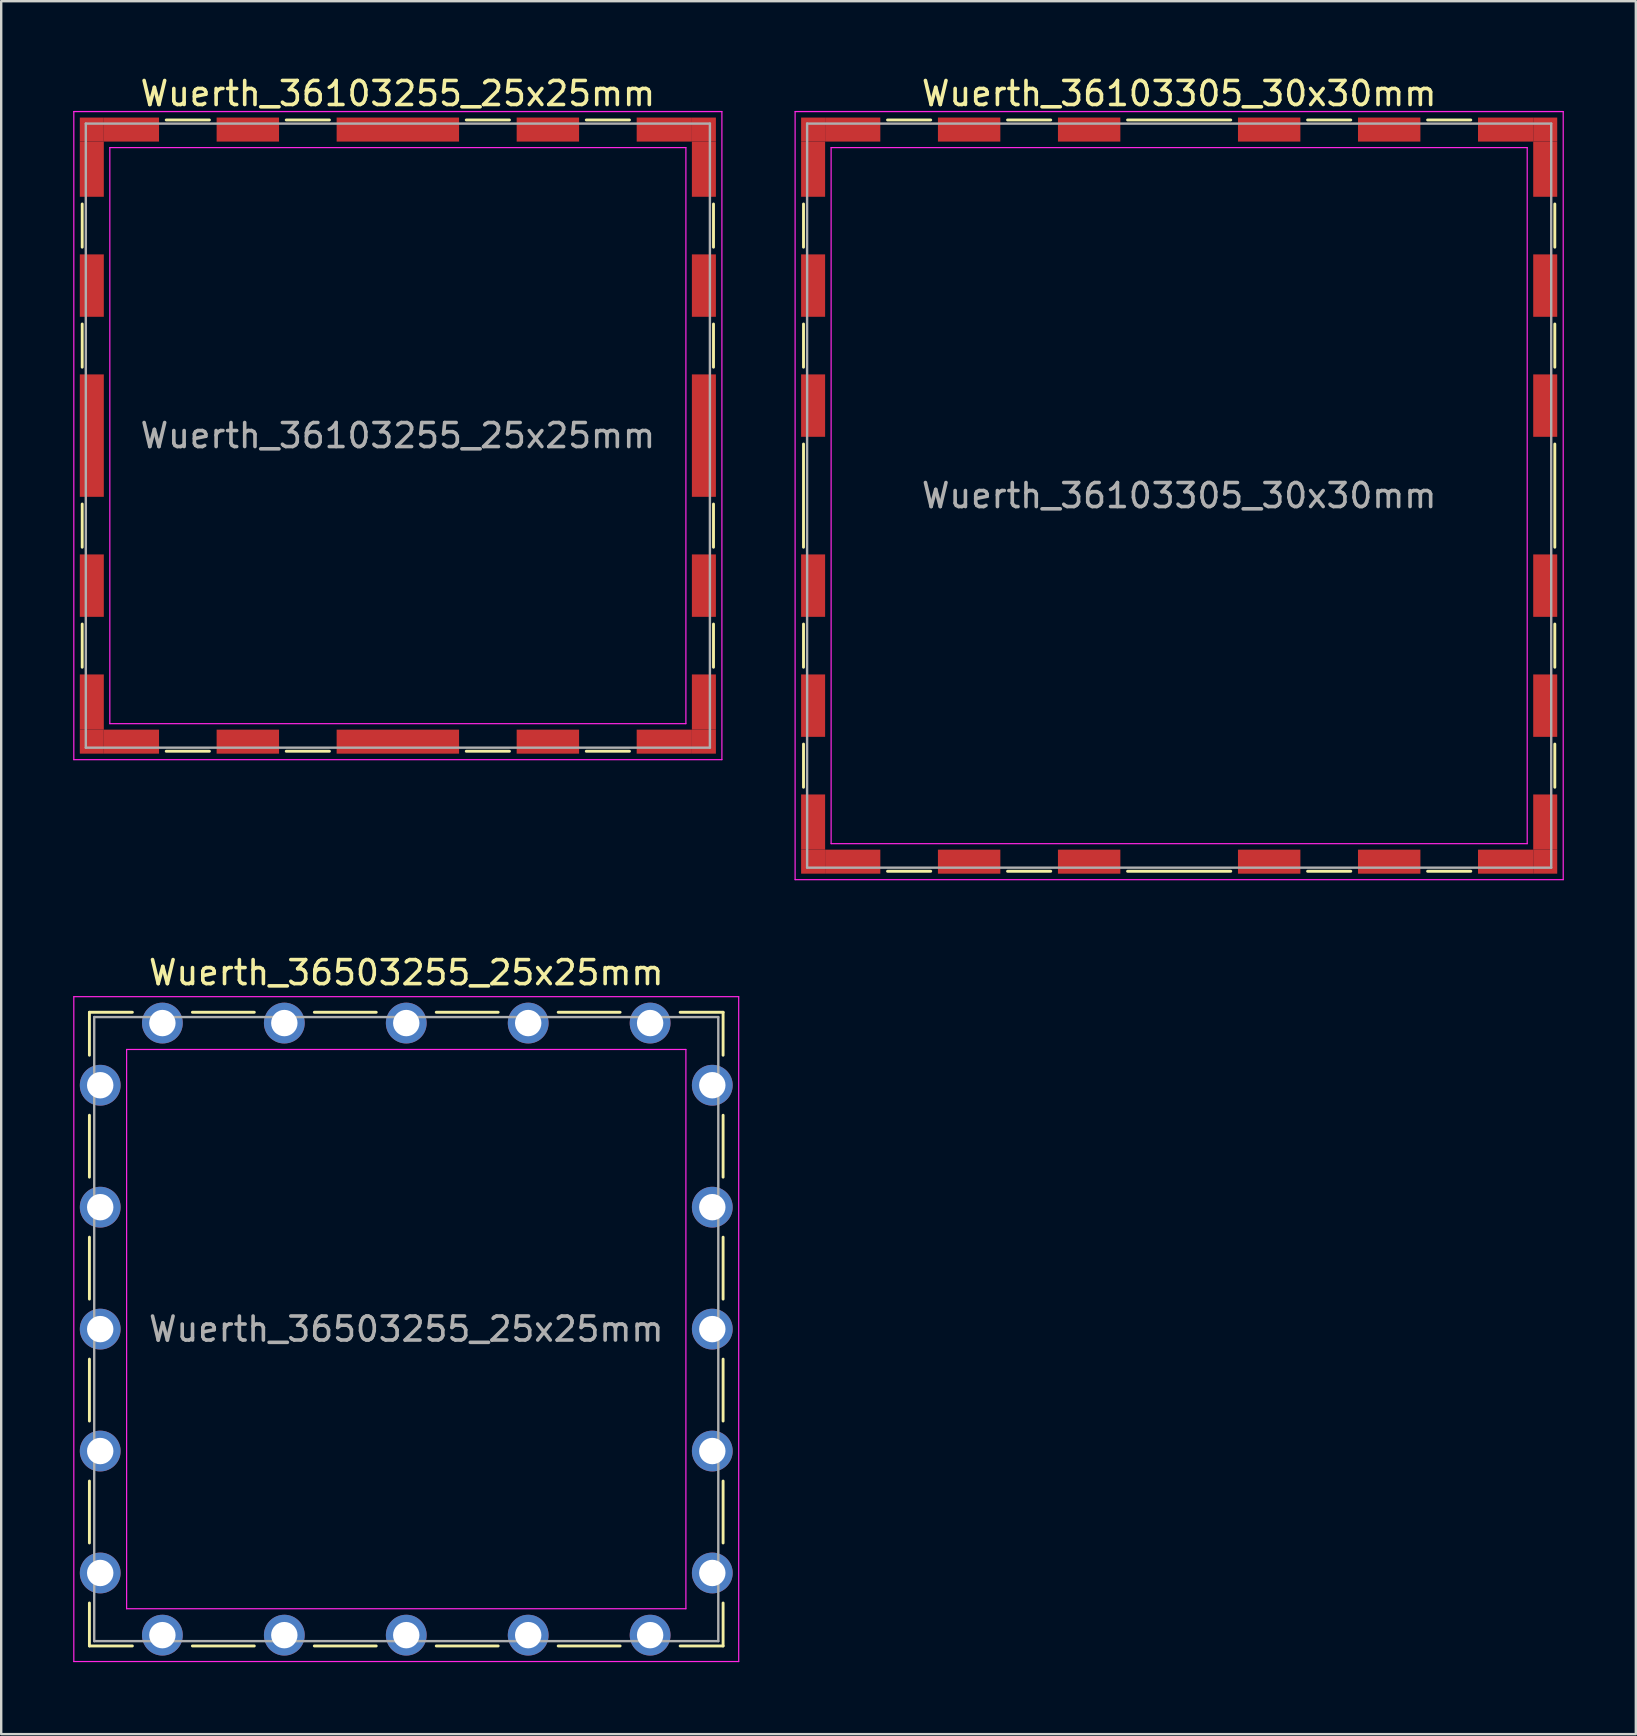
<source format=kicad_pcb>
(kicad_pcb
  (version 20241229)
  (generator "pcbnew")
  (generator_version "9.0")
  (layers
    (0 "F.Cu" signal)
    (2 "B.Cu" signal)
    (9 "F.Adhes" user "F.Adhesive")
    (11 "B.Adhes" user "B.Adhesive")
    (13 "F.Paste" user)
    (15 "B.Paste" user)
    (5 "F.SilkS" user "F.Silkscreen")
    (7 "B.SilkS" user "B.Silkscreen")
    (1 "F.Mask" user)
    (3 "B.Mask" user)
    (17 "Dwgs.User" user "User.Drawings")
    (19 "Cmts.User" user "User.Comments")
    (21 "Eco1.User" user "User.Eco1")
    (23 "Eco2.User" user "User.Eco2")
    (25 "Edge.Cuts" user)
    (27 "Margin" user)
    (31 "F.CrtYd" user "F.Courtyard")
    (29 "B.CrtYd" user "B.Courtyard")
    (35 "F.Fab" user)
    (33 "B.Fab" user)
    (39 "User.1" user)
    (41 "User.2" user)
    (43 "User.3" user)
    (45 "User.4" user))
  (footprint "Wuerth_36103255_25x25mm"
    (layer "F.Cu")
    (at 13.525 15.098)
    (property "Reference" "Wuerth_36103255_25x25mm" (at 0 -14.25 0) (layer "F.SilkS") (effects (font (size 1 1) (thickness 0.15))))
    (attr smd)
    (fp_line (start -13.15 -9.65) (end -13.15 -7.85) (stroke (width 0.12) (type solid)) (layer "F.SilkS"))
    (fp_line (start -13.15 -4.65) (end -13.15 -2.85) (stroke (width 0.12) (type solid)) (layer "F.SilkS"))
    (fp_line (start -13.15 2.85) (end -13.15 4.65) (stroke (width 0.12) (type solid)) (layer "F.SilkS"))
    (fp_line (start -13.15 7.85) (end -13.15 9.65) (stroke (width 0.12) (type solid)) (layer "F.SilkS"))
    (fp_line (start -9.65 -13.15) (end -7.85 -13.15) (stroke (width 0.12) (type solid)) (layer "F.SilkS"))
    (fp_line (start -9.65 13.15) (end -7.85 13.15) (stroke (width 0.12) (type solid)) (layer "F.SilkS"))
    (fp_line (start -4.65 -13.15) (end -2.85 -13.15) (stroke (width 0.12) (type solid)) (layer "F.SilkS"))
    (fp_line (start -4.65 13.15) (end -2.85 13.15) (stroke (width 0.12) (type solid)) (layer "F.SilkS"))
    (fp_line (start 2.85 -13.15) (end 4.65 -13.15) (stroke (width 0.12) (type solid)) (layer "F.SilkS"))
    (fp_line (start 2.85 13.15) (end 4.65 13.15) (stroke (width 0.12) (type solid)) (layer "F.SilkS"))
    (fp_line (start 7.85 -13.15) (end 9.65 -13.15) (stroke (width 0.12) (type solid)) (layer "F.SilkS"))
    (fp_line (start 7.85 13.15) (end 9.65 13.15) (stroke (width 0.12) (type solid)) (layer "F.SilkS"))
    (fp_line (start 13.15 -9.65) (end 13.15 -7.85) (stroke (width 0.12) (type solid)) (layer "F.SilkS"))
    (fp_line (start 13.15 -4.65) (end 13.15 -2.85) (stroke (width 0.12) (type solid)) (layer "F.SilkS"))
    (fp_line (start 13.15 2.85) (end 13.15 4.65) (stroke (width 0.12) (type solid)) (layer "F.SilkS"))
    (fp_line (start 13.15 7.85) (end 13.15 9.65) (stroke (width 0.12) (type solid)) (layer "F.SilkS"))
    (fp_line (start -13.5 -13.5) (end -13.5 13.5) (stroke (width 0.05) (type solid)) (layer "F.CrtYd"))
    (fp_line (start -13.5 13.5) (end 13.5 13.5) (stroke (width 0.05) (type solid)) (layer "F.CrtYd"))
    (fp_line (start -12 -12) (end -12 12) (stroke (width 0.05) (type solid)) (layer "F.CrtYd"))
    (fp_line (start -12 12) (end 12 12) (stroke (width 0.05) (type solid)) (layer "F.CrtYd"))
    (fp_line (start 12 -12) (end -12 -12) (stroke (width 0.05) (type solid)) (layer "F.CrtYd"))
    (fp_line (start 12 12) (end 12 -12) (stroke (width 0.05) (type solid)) (layer "F.CrtYd"))
    (fp_line (start 13.5 -13.5) (end -13.5 -13.5) (stroke (width 0.05) (type solid)) (layer "F.CrtYd"))
    (fp_line (start 13.5 13.5) (end 13.5 -13.5) (stroke (width 0.05) (type solid)) (layer "F.CrtYd"))
    (fp_line (start -13 -13) (end -13 13) (stroke (width 0.1) (type solid)) (layer "F.Fab"))
    (fp_line (start -13 13) (end 13 13) (stroke (width 0.1) (type solid)) (layer "F.Fab"))
    (fp_line (start 13 -13) (end -13 -13) (stroke (width 0.1) (type solid)) (layer "F.Fab"))
    (fp_line (start 13 13) (end 13 -13) (stroke (width 0.1) (type solid)) (layer "F.Fab"))
    (fp_text user "${REFERENCE}" (at 0 0 0) (layer "F.Fab") (effects (font (size 1 1) (thickness 0.15))))
    (pad "1" smd rect (at -12.75 -12.75) (size 1 1) (layers "F.Cu" "F.Mask" "F.Paste"))
    (pad "1" smd rect (at -12.75 -11.1) (size 1 2.3) (layers "F.Cu" "F.Mask" "F.Paste"))
    (pad "1" smd rect (at -12.75 -6.25) (size 1 2.6) (layers "F.Cu" "F.Mask" "F.Paste"))
    (pad "1" smd rect (at -12.75 0) (size 1 5.1) (layers "F.Cu" "F.Mask" "F.Paste"))
    (pad "1" smd rect (at -12.75 6.25) (size 1 2.6) (layers "F.Cu" "F.Mask" "F.Paste"))
    (pad "1" smd rect (at -12.75 11.1) (size 1 2.3) (layers "F.Cu" "F.Mask" "F.Paste"))
    (pad "1" smd rect (at -12.75 12.75) (size 1 1) (layers "F.Cu" "F.Mask" "F.Paste"))
    (pad "1" smd rect (at -11.1 -12.75) (size 2.3 1) (layers "F.Cu" "F.Mask" "F.Paste"))
    (pad "1" smd rect (at -11.1 12.75) (size 2.3 1) (layers "F.Cu" "F.Mask" "F.Paste"))
    (pad "1" smd rect (at -6.25 -12.75) (size 2.6 1) (layers "F.Cu" "F.Mask" "F.Paste"))
    (pad "1" smd rect (at -6.25 12.75) (size 2.6 1) (layers "F.Cu" "F.Mask" "F.Paste"))
    (pad "1" smd rect (at 0 -12.75) (size 5.1 1) (layers "F.Cu" "F.Mask" "F.Paste"))
    (pad "1" smd rect (at 0 12.75) (size 5.1 1) (layers "F.Cu" "F.Mask" "F.Paste"))
    (pad "1" smd rect (at 6.25 -12.75) (size 2.6 1) (layers "F.Cu" "F.Mask" "F.Paste"))
    (pad "1" smd rect (at 6.25 12.75) (size 2.6 1) (layers "F.Cu" "F.Mask" "F.Paste"))
    (pad "1" smd rect (at 11.1 -12.75) (size 2.3 1) (layers "F.Cu" "F.Mask" "F.Paste"))
    (pad "1" smd rect (at 11.1 12.75) (size 2.3 1) (layers "F.Cu" "F.Mask" "F.Paste"))
    (pad "1" smd rect (at 12.75 -12.75) (size 1 1) (layers "F.Cu" "F.Mask" "F.Paste"))
    (pad "1" smd rect (at 12.75 -11.1) (size 1 2.3) (layers "F.Cu" "F.Mask" "F.Paste"))
    (pad "1" smd rect (at 12.75 -6.25) (size 1 2.6) (layers "F.Cu" "F.Mask" "F.Paste"))
    (pad "1" smd rect (at 12.75 0) (size 1 5.1) (layers "F.Cu" "F.Mask" "F.Paste"))
    (pad "1" smd rect (at 12.75 6.25) (size 1 2.6) (layers "F.Cu" "F.Mask" "F.Paste"))
    (pad "1" smd rect (at 12.75 11.1) (size 1 2.3) (layers "F.Cu" "F.Mask" "F.Paste"))
    (pad "1" smd rect (at 12.75 12.75) (size 1 1) (layers "F.Cu" "F.Mask" "F.Paste")))
  (footprint "Wuerth_36503255_25x25mm"
    (layer "F.Cu")
    (at 13.875 52.322)
    (property "Reference" "Wuerth_36503255_25x25mm" (at 0 -14.85 0) (layer "F.SilkS") (effects (font (size 1 1) (thickness 0.15))))
    (attr through_hole)
    (fp_line (start -13.2 -13.2) (end -11.41 -13.2) (stroke (width 0.12) (type solid)) (layer "F.SilkS"))
    (fp_line (start -13.2 -11.41) (end -13.2 -13.2) (stroke (width 0.12) (type solid)) (layer "F.SilkS"))
    (fp_line (start -13.2 -6.33) (end -13.2 -8.91) (stroke (width 0.12) (type solid)) (layer "F.SilkS"))
    (fp_line (start -13.2 -1.25) (end -13.2 -3.83) (stroke (width 0.12) (type solid)) (layer "F.SilkS"))
    (fp_line (start -13.2 1.25) (end -13.2 3.83) (stroke (width 0.12) (type solid)) (layer "F.SilkS"))
    (fp_line (start -13.2 6.33) (end -13.2 8.91) (stroke (width 0.12) (type solid)) (layer "F.SilkS"))
    (fp_line (start -13.2 11.41) (end -13.2 13.2) (stroke (width 0.12) (type solid)) (layer "F.SilkS"))
    (fp_line (start -13.2 13.2) (end -11.41 13.2) (stroke (width 0.12) (type solid)) (layer "F.SilkS"))
    (fp_line (start -6.33 -13.2) (end -8.91 -13.2) (stroke (width 0.12) (type solid)) (layer "F.SilkS"))
    (fp_line (start -6.33 13.2) (end -8.91 13.2) (stroke (width 0.12) (type solid)) (layer "F.SilkS"))
    (fp_line (start -1.25 -13.2) (end -3.83 -13.2) (stroke (width 0.12) (type solid)) (layer "F.SilkS"))
    (fp_line (start -1.25 13.2) (end -3.83 13.2) (stroke (width 0.12) (type solid)) (layer "F.SilkS"))
    (fp_line (start 1.25 -13.2) (end 3.83 -13.2) (stroke (width 0.12) (type solid)) (layer "F.SilkS"))
    (fp_line (start 1.25 13.2) (end 3.83 13.2) (stroke (width 0.12) (type solid)) (layer "F.SilkS"))
    (fp_line (start 6.33 -13.2) (end 8.91 -13.2) (stroke (width 0.12) (type solid)) (layer "F.SilkS"))
    (fp_line (start 6.33 13.2) (end 8.91 13.2) (stroke (width 0.12) (type solid)) (layer "F.SilkS"))
    (fp_line (start 13.2 -13.2) (end 11.41 -13.2) (stroke (width 0.12) (type solid)) (layer "F.SilkS"))
    (fp_line (start 13.2 -11.41) (end 13.2 -13.2) (stroke (width 0.12) (type solid)) (layer "F.SilkS"))
    (fp_line (start 13.2 -6.33) (end 13.2 -8.91) (stroke (width 0.12) (type solid)) (layer "F.SilkS"))
    (fp_line (start 13.2 -1.25) (end 13.2 -3.83) (stroke (width 0.12) (type solid)) (layer "F.SilkS"))
    (fp_line (start 13.2 1.25) (end 13.2 3.83) (stroke (width 0.12) (type solid)) (layer "F.SilkS"))
    (fp_line (start 13.2 6.33) (end 13.2 8.91) (stroke (width 0.12) (type solid)) (layer "F.SilkS"))
    (fp_line (start 13.2 11.41) (end 13.2 13.2) (stroke (width 0.12) (type solid)) (layer "F.SilkS"))
    (fp_line (start 13.2 13.2) (end 11.41 13.2) (stroke (width 0.12) (type solid)) (layer "F.SilkS"))
    (fp_line (start -13.85 -13.85) (end -13.85 13.85) (stroke (width 0.05) (type solid)) (layer "F.CrtYd"))
    (fp_line (start -13.85 13.85) (end 13.85 13.85) (stroke (width 0.05) (type solid)) (layer "F.CrtYd"))
    (fp_line (start -11.65 -11.65) (end -11.65 11.65) (stroke (width 0.05) (type solid)) (layer "F.CrtYd"))
    (fp_line (start -11.65 11.65) (end 11.65 11.65) (stroke (width 0.05) (type solid)) (layer "F.CrtYd"))
    (fp_line (start 11.65 -11.65) (end -11.65 -11.65) (stroke (width 0.05) (type solid)) (layer "F.CrtYd"))
    (fp_line (start 11.65 11.65) (end 11.65 -11.65) (stroke (width 0.05) (type solid)) (layer "F.CrtYd"))
    (fp_line (start 13.85 -13.85) (end -13.85 -13.85) (stroke (width 0.05) (type solid)) (layer "F.CrtYd"))
    (fp_line (start 13.85 13.85) (end 13.85 -13.85) (stroke (width 0.05) (type solid)) (layer "F.CrtYd"))
    (fp_line (start -13 -13) (end -13 13) (stroke (width 0.1) (type solid)) (layer "F.Fab"))
    (fp_line (start -13 13) (end 13 13) (stroke (width 0.1) (type solid)) (layer "F.Fab"))
    (fp_line (start 13 -13) (end -13 -13) (stroke (width 0.1) (type solid)) (layer "F.Fab"))
    (fp_line (start 13 13) (end 13 -13) (stroke (width 0.1) (type solid)) (layer "F.Fab"))
    (fp_text user "${REFERENCE}" (at 0 0 0) (layer "F.Fab") (effects (font (size 1 1) (thickness 0.15))))
    (pad "1" thru_hole circle (at -12.75 -10.16) (size 1.7 1.7) (drill 1.1) (layers "*.Cu" "*.Mask"))
    (pad "1" thru_hole circle (at -12.75 -5.08) (size 1.7 1.7) (drill 1.1) (layers "*.Cu" "*.Mask"))
    (pad "1" thru_hole circle (at -12.75 0) (size 1.7 1.7) (drill 1.1) (layers "*.Cu" "*.Mask"))
    (pad "1" thru_hole circle (at -12.75 5.08) (size 1.7 1.7) (drill 1.1) (layers "*.Cu" "*.Mask"))
    (pad "1" thru_hole circle (at -12.75 10.16) (size 1.7 1.7) (drill 1.1) (layers "*.Cu" "*.Mask"))
    (pad "1" thru_hole circle (at -10.16 -12.75) (size 1.7 1.7) (drill 1.1) (layers "*.Cu" "*.Mask"))
    (pad "1" thru_hole circle (at -10.16 12.75) (size 1.7 1.7) (drill 1.1) (layers "*.Cu" "*.Mask"))
    (pad "1" thru_hole circle (at -5.08 -12.75) (size 1.7 1.7) (drill 1.1) (layers "*.Cu" "*.Mask"))
    (pad "1" thru_hole circle (at -5.08 12.75) (size 1.7 1.7) (drill 1.1) (layers "*.Cu" "*.Mask"))
    (pad "1" thru_hole circle (at 0 -12.75) (size 1.7 1.7) (drill 1.1) (layers "*.Cu" "*.Mask"))
    (pad "1" thru_hole circle (at 0 12.75) (size 1.7 1.7) (drill 1.1) (layers "*.Cu" "*.Mask"))
    (pad "1" thru_hole circle (at 5.08 -12.75) (size 1.7 1.7) (drill 1.1) (layers "*.Cu" "*.Mask"))
    (pad "1" thru_hole circle (at 5.08 12.75) (size 1.7 1.7) (drill 1.1) (layers "*.Cu" "*.Mask"))
    (pad "1" thru_hole circle (at 10.16 -12.75) (size 1.7 1.7) (drill 1.1) (layers "*.Cu" "*.Mask"))
    (pad "1" thru_hole circle (at 10.16 12.75) (size 1.7 1.7) (drill 1.1) (layers "*.Cu" "*.Mask"))
    (pad "1" thru_hole circle (at 12.75 -10.16) (size 1.7 1.7) (drill 1.1) (layers "*.Cu" "*.Mask"))
    (pad "1" thru_hole circle (at 12.75 -5.08) (size 1.7 1.7) (drill 1.1) (layers "*.Cu" "*.Mask"))
    (pad "1" thru_hole circle (at 12.75 0) (size 1.7 1.7) (drill 1.1) (layers "*.Cu" "*.Mask"))
    (pad "1" thru_hole circle (at 12.75 5.08) (size 1.7 1.7) (drill 1.1) (layers "*.Cu" "*.Mask"))
    (pad "1" thru_hole circle (at 12.75 10.16) (size 1.7 1.7) (drill 1.1) (layers "*.Cu" "*.Mask")))
  (footprint "Wuerth_36103305_30x30mm"
    (layer "F.Cu")
    (at 46.075 17.598)
    (property "Reference" "Wuerth_36103305_30x30mm" (at 0 -16.75 0) (layer "F.SilkS") (effects (font (size 1 1) (thickness 0.15))))
    (attr smd)
    (fp_line (start -15.65 -12.15) (end -15.65 -10.35) (stroke (width 0.12) (type solid)) (layer "F.SilkS"))
    (fp_line (start -15.65 -7.15) (end -15.65 -5.35) (stroke (width 0.12) (type solid)) (layer "F.SilkS"))
    (fp_line (start -15.65 -2.15) (end -15.65 2.15) (stroke (width 0.12) (type solid)) (layer "F.SilkS"))
    (fp_line (start -15.65 5.35) (end -15.65 7.15) (stroke (width 0.12) (type solid)) (layer "F.SilkS"))
    (fp_line (start -15.65 10.35) (end -15.65 12.15) (stroke (width 0.12) (type solid)) (layer "F.SilkS"))
    (fp_line (start -12.15 -15.65) (end -10.35 -15.65) (stroke (width 0.12) (type solid)) (layer "F.SilkS"))
    (fp_line (start -12.15 15.65) (end -10.35 15.65) (stroke (width 0.12) (type solid)) (layer "F.SilkS"))
    (fp_line (start -7.15 -15.65) (end -5.35 -15.65) (stroke (width 0.12) (type solid)) (layer "F.SilkS"))
    (fp_line (start -7.15 15.65) (end -5.35 15.65) (stroke (width 0.12) (type solid)) (layer "F.SilkS"))
    (fp_line (start -2.15 -15.65) (end 2.15 -15.65) (stroke (width 0.12) (type solid)) (layer "F.SilkS"))
    (fp_line (start -2.15 15.65) (end 2.15 15.65) (stroke (width 0.12) (type solid)) (layer "F.SilkS"))
    (fp_line (start 5.35 -15.65) (end 7.15 -15.65) (stroke (width 0.12) (type solid)) (layer "F.SilkS"))
    (fp_line (start 5.35 15.65) (end 7.15 15.65) (stroke (width 0.12) (type solid)) (layer "F.SilkS"))
    (fp_line (start 10.35 -15.65) (end 12.15 -15.65) (stroke (width 0.12) (type solid)) (layer "F.SilkS"))
    (fp_line (start 10.35 15.65) (end 12.15 15.65) (stroke (width 0.12) (type solid)) (layer "F.SilkS"))
    (fp_line (start 15.65 -12.15) (end 15.65 -10.35) (stroke (width 0.12) (type solid)) (layer "F.SilkS"))
    (fp_line (start 15.65 -7.15) (end 15.65 -5.35) (stroke (width 0.12) (type solid)) (layer "F.SilkS"))
    (fp_line (start 15.65 -2.15) (end 15.65 2.15) (stroke (width 0.12) (type solid)) (layer "F.SilkS"))
    (fp_line (start 15.65 5.35) (end 15.65 7.15) (stroke (width 0.12) (type solid)) (layer "F.SilkS"))
    (fp_line (start 15.65 10.35) (end 15.65 12.15) (stroke (width 0.12) (type solid)) (layer "F.SilkS"))
    (fp_line (start -16 -16) (end -16 16) (stroke (width 0.05) (type solid)) (layer "F.CrtYd"))
    (fp_line (start -16 16) (end 16 16) (stroke (width 0.05) (type solid)) (layer "F.CrtYd"))
    (fp_line (start -14.5 -14.5) (end -14.5 14.5) (stroke (width 0.05) (type solid)) (layer "F.CrtYd"))
    (fp_line (start -14.5 14.5) (end 14.5 14.5) (stroke (width 0.05) (type solid)) (layer "F.CrtYd"))
    (fp_line (start 14.5 -14.5) (end -14.5 -14.5) (stroke (width 0.05) (type solid)) (layer "F.CrtYd"))
    (fp_line (start 14.5 14.5) (end 14.5 -14.5) (stroke (width 0.05) (type solid)) (layer "F.CrtYd"))
    (fp_line (start 16 -16) (end -16 -16) (stroke (width 0.05) (type solid)) (layer "F.CrtYd"))
    (fp_line (start 16 16) (end 16 -16) (stroke (width 0.05) (type solid)) (layer "F.CrtYd"))
    (fp_line (start -15.5 -15.5) (end -15.5 15.5) (stroke (width 0.1) (type solid)) (layer "F.Fab"))
    (fp_line (start -15.5 15.5) (end 15.5 15.5) (stroke (width 0.1) (type solid)) (layer "F.Fab"))
    (fp_line (start 15.5 -15.5) (end -15.5 -15.5) (stroke (width 0.1) (type solid)) (layer "F.Fab"))
    (fp_line (start 15.5 15.5) (end 15.5 -15.5) (stroke (width 0.1) (type solid)) (layer "F.Fab"))
    (fp_text user "${REFERENCE}" (at 0 0 0) (layer "F.Fab") (effects (font (size 1 1) (thickness 0.15))))
    (pad "1" smd rect (at -15.25 -15.25) (size 1 1) (layers "F.Cu" "F.Mask" "F.Paste"))
    (pad "1" smd rect (at -15.25 -13.6) (size 1 2.3) (layers "F.Cu" "F.Mask" "F.Paste"))
    (pad "1" smd rect (at -15.25 -8.75) (size 1 2.6) (layers "F.Cu" "F.Mask" "F.Paste"))
    (pad "1" smd rect (at -15.25 -3.75) (size 1 2.6) (layers "F.Cu" "F.Mask" "F.Paste"))
    (pad "1" smd rect (at -15.25 3.75) (size 1 2.6) (layers "F.Cu" "F.Mask" "F.Paste"))
    (pad "1" smd rect (at -15.25 8.75) (size 1 2.6) (layers "F.Cu" "F.Mask" "F.Paste"))
    (pad "1" smd rect (at -15.25 13.6) (size 1 2.3) (layers "F.Cu" "F.Mask" "F.Paste"))
    (pad "1" smd rect (at -15.25 15.25) (size 1 1) (layers "F.Cu" "F.Mask" "F.Paste"))
    (pad "1" smd rect (at -13.6 -15.25) (size 2.3 1) (layers "F.Cu" "F.Mask" "F.Paste"))
    (pad "1" smd rect (at -13.6 15.25) (size 2.3 1) (layers "F.Cu" "F.Mask" "F.Paste"))
    (pad "1" smd rect (at -8.75 -15.25) (size 2.6 1) (layers "F.Cu" "F.Mask" "F.Paste"))
    (pad "1" smd rect (at -8.75 15.25) (size 2.6 1) (layers "F.Cu" "F.Mask" "F.Paste"))
    (pad "1" smd rect (at -3.75 -15.25) (size 2.6 1) (layers "F.Cu" "F.Mask" "F.Paste"))
    (pad "1" smd rect (at -3.75 15.25) (size 2.6 1) (layers "F.Cu" "F.Mask" "F.Paste"))
    (pad "1" smd rect (at 3.75 -15.25) (size 2.6 1) (layers "F.Cu" "F.Mask" "F.Paste"))
    (pad "1" smd rect (at 3.75 15.25) (size 2.6 1) (layers "F.Cu" "F.Mask" "F.Paste"))
    (pad "1" smd rect (at 8.75 -15.25) (size 2.6 1) (layers "F.Cu" "F.Mask" "F.Paste"))
    (pad "1" smd rect (at 8.75 15.25) (size 2.6 1) (layers "F.Cu" "F.Mask" "F.Paste"))
    (pad "1" smd rect (at 13.6 -15.25) (size 2.3 1) (layers "F.Cu" "F.Mask" "F.Paste"))
    (pad "1" smd rect (at 13.6 15.25) (size 2.3 1) (layers "F.Cu" "F.Mask" "F.Paste"))
    (pad "1" smd rect (at 15.25 -15.25) (size 1 1) (layers "F.Cu" "F.Mask" "F.Paste"))
    (pad "1" smd rect (at 15.25 -13.6) (size 1 2.3) (layers "F.Cu" "F.Mask" "F.Paste"))
    (pad "1" smd rect (at 15.25 -8.75) (size 1 2.6) (layers "F.Cu" "F.Mask" "F.Paste"))
    (pad "1" smd rect (at 15.25 -3.75) (size 1 2.6) (layers "F.Cu" "F.Mask" "F.Paste"))
    (pad "1" smd rect (at 15.25 3.75) (size 1 2.6) (layers "F.Cu" "F.Mask" "F.Paste"))
    (pad "1" smd rect (at 15.25 8.75) (size 1 2.6) (layers "F.Cu" "F.Mask" "F.Paste"))
    (pad "1" smd rect (at 15.25 13.6) (size 1 2.3) (layers "F.Cu" "F.Mask" "F.Paste"))
    (pad "1" smd rect (at 15.25 15.25) (size 1 1) (layers "F.Cu" "F.Mask" "F.Paste")))
  (gr_rect
    (start -3 -3)
    (end 65.1 69.197)
    (stroke (width 0.1) (type default))
    (fill no)
    (layer "Edge.Cuts")))
</source>
